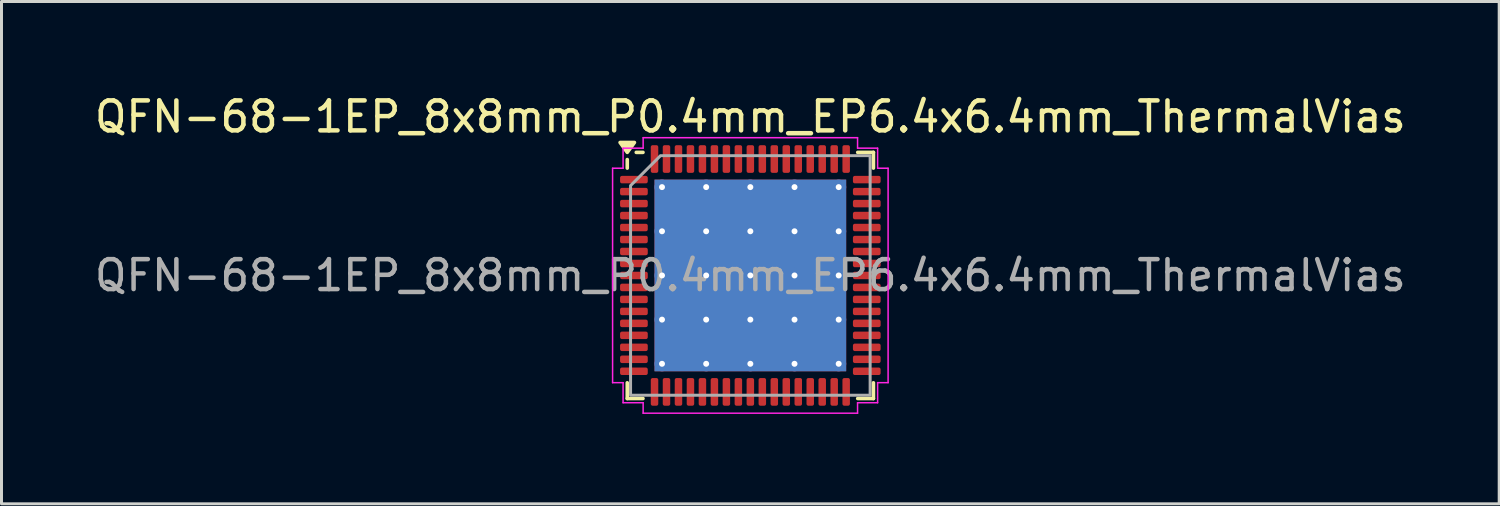
<source format=kicad_pcb>
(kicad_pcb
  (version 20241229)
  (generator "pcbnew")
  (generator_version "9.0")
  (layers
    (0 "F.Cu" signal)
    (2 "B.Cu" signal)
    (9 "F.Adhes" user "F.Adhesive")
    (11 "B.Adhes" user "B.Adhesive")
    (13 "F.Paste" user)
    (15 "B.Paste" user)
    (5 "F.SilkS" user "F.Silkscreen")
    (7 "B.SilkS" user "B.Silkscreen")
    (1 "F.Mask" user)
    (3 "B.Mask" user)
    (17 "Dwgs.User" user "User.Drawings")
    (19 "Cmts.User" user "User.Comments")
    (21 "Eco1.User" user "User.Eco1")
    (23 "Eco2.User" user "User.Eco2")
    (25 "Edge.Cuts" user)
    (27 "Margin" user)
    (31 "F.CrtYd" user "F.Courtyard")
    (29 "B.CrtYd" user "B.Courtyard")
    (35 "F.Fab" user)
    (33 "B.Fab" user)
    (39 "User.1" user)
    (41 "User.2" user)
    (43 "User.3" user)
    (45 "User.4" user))
  (footprint "QFN-68-1EP_8x8mm_P0.4mm_EP6.4x6.4mm_ThermalVias"
    (layer "F.Cu")
    (at 22.006 6.148)
    (property "Reference" "QFN-68-1EP_8x8mm_P0.4mm_EP6.4x6.4mm_ThermalVias" (at 0 -5.3 0) (layer "F.SilkS") (effects (font (size 1 1) (thickness 0.15))))
    (attr smd)
    (fp_line (start -4.11 -3.585) (end -4.11 -3.87) (stroke (width 0.12) (type solid)) (layer "F.SilkS"))
    (fp_line (start -4.11 4.11) (end -4.11 3.585) (stroke (width 0.12) (type solid)) (layer "F.SilkS"))
    (fp_line (start -3.585 -4.11) (end -3.81 -4.11) (stroke (width 0.12) (type solid)) (layer "F.SilkS"))
    (fp_line (start -3.585 4.11) (end -4.11 4.11) (stroke (width 0.12) (type solid)) (layer "F.SilkS"))
    (fp_line (start 3.585 -4.11) (end 4.11 -4.11) (stroke (width 0.12) (type solid)) (layer "F.SilkS"))
    (fp_line (start 3.585 4.11) (end 4.11 4.11) (stroke (width 0.12) (type solid)) (layer "F.SilkS"))
    (fp_line (start 4.11 -4.11) (end 4.11 -3.585) (stroke (width 0.12) (type solid)) (layer "F.SilkS"))
    (fp_line (start 4.11 4.11) (end 4.11 3.585) (stroke (width 0.12) (type solid)) (layer "F.SilkS"))
    (fp_poly (pts (xy -4.11 -4.11) (xy -4.35 -4.44) (xy -3.87 -4.44)) (stroke (width 0.12) (type solid)) (fill yes) (layer "F.SilkS"))
    (fp_line (start -4.6 -3.58) (end -4.25 -3.58) (stroke (width 0.05) (type solid)) (layer "F.CrtYd"))
    (fp_line (start -4.6 3.58) (end -4.6 -3.58) (stroke (width 0.05) (type solid)) (layer "F.CrtYd"))
    (fp_line (start -4.25 -4.25) (end -3.58 -4.25) (stroke (width 0.05) (type solid)) (layer "F.CrtYd"))
    (fp_line (start -4.25 -3.58) (end -4.25 -4.25) (stroke (width 0.05) (type solid)) (layer "F.CrtYd"))
    (fp_line (start -4.25 3.58) (end -4.6 3.58) (stroke (width 0.05) (type solid)) (layer "F.CrtYd"))
    (fp_line (start -4.25 4.25) (end -4.25 3.58) (stroke (width 0.05) (type solid)) (layer "F.CrtYd"))
    (fp_line (start -3.58 -4.6) (end 3.58 -4.6) (stroke (width 0.05) (type solid)) (layer "F.CrtYd"))
    (fp_line (start -3.58 -4.25) (end -3.58 -4.6) (stroke (width 0.05) (type solid)) (layer "F.CrtYd"))
    (fp_line (start -3.58 4.25) (end -4.25 4.25) (stroke (width 0.05) (type solid)) (layer "F.CrtYd"))
    (fp_line (start -3.58 4.6) (end -3.58 4.25) (stroke (width 0.05) (type solid)) (layer "F.CrtYd"))
    (fp_line (start 3.58 -4.6) (end 3.58 -4.25) (stroke (width 0.05) (type solid)) (layer "F.CrtYd"))
    (fp_line (start 3.58 -4.25) (end 4.25 -4.25) (stroke (width 0.05) (type solid)) (layer "F.CrtYd"))
    (fp_line (start 3.58 4.25) (end 3.58 4.6) (stroke (width 0.05) (type solid)) (layer "F.CrtYd"))
    (fp_line (start 3.58 4.6) (end -3.58 4.6) (stroke (width 0.05) (type solid)) (layer "F.CrtYd"))
    (fp_line (start 4.25 -4.25) (end 4.25 -3.58) (stroke (width 0.05) (type solid)) (layer "F.CrtYd"))
    (fp_line (start 4.25 -3.58) (end 4.6 -3.58) (stroke (width 0.05) (type solid)) (layer "F.CrtYd"))
    (fp_line (start 4.25 3.58) (end 4.25 4.25) (stroke (width 0.05) (type solid)) (layer "F.CrtYd"))
    (fp_line (start 4.25 4.25) (end 3.58 4.25) (stroke (width 0.05) (type solid)) (layer "F.CrtYd"))
    (fp_line (start 4.6 -3.58) (end 4.6 3.58) (stroke (width 0.05) (type solid)) (layer "F.CrtYd"))
    (fp_line (start 4.6 3.58) (end 4.25 3.58) (stroke (width 0.05) (type solid)) (layer "F.CrtYd"))
    (fp_poly (pts (xy -4 -3) (xy -4 4) (xy 4 4) (xy 4 -4) (xy -3 -4)) (stroke (width 0.1) (type solid)) (fill no) (layer "F.Fab"))
    (fp_text user "${REFERENCE}" (at 0 0 0) (layer "F.Fab") (effects (font (size 1 1) (thickness 0.15))))
    (pad "" smd roundrect (at -2.4 -2.4) (size 1.24 1.24) (layers "F.Paste") (roundrect_rratio 0.202))
    (pad "" smd roundrect (at -2.4 -0.8) (size 1.24 1.24) (layers "F.Paste") (roundrect_rratio 0.202))
    (pad "" smd roundrect (at -2.4 0.8) (size 1.24 1.24) (layers "F.Paste") (roundrect_rratio 0.202))
    (pad "" smd roundrect (at -2.4 2.4) (size 1.24 1.24) (layers "F.Paste") (roundrect_rratio 0.202))
    (pad "" smd roundrect (at -0.8 -2.4) (size 1.24 1.24) (layers "F.Paste") (roundrect_rratio 0.202))
    (pad "" smd roundrect (at -0.8 -0.8) (size 1.24 1.24) (layers "F.Paste") (roundrect_rratio 0.202))
    (pad "" smd roundrect (at -0.8 0.8) (size 1.24 1.24) (layers "F.Paste") (roundrect_rratio 0.202))
    (pad "" smd roundrect (at -0.8 2.4) (size 1.24 1.24) (layers "F.Paste") (roundrect_rratio 0.202))
    (pad "" smd roundrect (at 0.8 -2.4) (size 1.24 1.24) (layers "F.Paste") (roundrect_rratio 0.202))
    (pad "" smd roundrect (at 0.8 -0.8) (size 1.24 1.24) (layers "F.Paste") (roundrect_rratio 0.202))
    (pad "" smd roundrect (at 0.8 0.8) (size 1.24 1.24) (layers "F.Paste") (roundrect_rratio 0.202))
    (pad "" smd roundrect (at 0.8 2.4) (size 1.24 1.24) (layers "F.Paste") (roundrect_rratio 0.202))
    (pad "" smd roundrect (at 2.4 -2.4) (size 1.24 1.24) (layers "F.Paste") (roundrect_rratio 0.202))
    (pad "" smd roundrect (at 2.4 -0.8) (size 1.24 1.24) (layers "F.Paste") (roundrect_rratio 0.202))
    (pad "" smd roundrect (at 2.4 0.8) (size 1.24 1.24) (layers "F.Paste") (roundrect_rratio 0.202))
    (pad "" smd roundrect (at 2.4 2.4) (size 1.24 1.24) (layers "F.Paste") (roundrect_rratio 0.202))
    (pad "1" smd roundrect (at -3.888 -3.2) (size 0.925 0.25) (layers "F.Cu" "F.Mask" "F.Paste") (roundrect_rratio 0.25))
    (pad "2" smd roundrect (at -3.888 -2.8) (size 0.925 0.25) (layers "F.Cu" "F.Mask" "F.Paste") (roundrect_rratio 0.25))
    (pad "3" smd roundrect (at -3.888 -2.4) (size 0.925 0.25) (layers "F.Cu" "F.Mask" "F.Paste") (roundrect_rratio 0.25))
    (pad "4" smd roundrect (at -3.888 -2) (size 0.925 0.25) (layers "F.Cu" "F.Mask" "F.Paste") (roundrect_rratio 0.25))
    (pad "5" smd roundrect (at -3.888 -1.6) (size 0.925 0.25) (layers "F.Cu" "F.Mask" "F.Paste") (roundrect_rratio 0.25))
    (pad "6" smd roundrect (at -3.888 -1.2) (size 0.925 0.25) (layers "F.Cu" "F.Mask" "F.Paste") (roundrect_rratio 0.25))
    (pad "7" smd roundrect (at -3.888 -0.8) (size 0.925 0.25) (layers "F.Cu" "F.Mask" "F.Paste") (roundrect_rratio 0.25))
    (pad "8" smd roundrect (at -3.888 -0.4) (size 0.925 0.25) (layers "F.Cu" "F.Mask" "F.Paste") (roundrect_rratio 0.25))
    (pad "9" smd roundrect (at -3.888 0) (size 0.925 0.25) (layers "F.Cu" "F.Mask" "F.Paste") (roundrect_rratio 0.25))
    (pad "10" smd roundrect (at -3.888 0.4) (size 0.925 0.25) (layers "F.Cu" "F.Mask" "F.Paste") (roundrect_rratio 0.25))
    (pad "11" smd roundrect (at -3.888 0.8) (size 0.925 0.25) (layers "F.Cu" "F.Mask" "F.Paste") (roundrect_rratio 0.25))
    (pad "12" smd roundrect (at -3.888 1.2) (size 0.925 0.25) (layers "F.Cu" "F.Mask" "F.Paste") (roundrect_rratio 0.25))
    (pad "13" smd roundrect (at -3.888 1.6) (size 0.925 0.25) (layers "F.Cu" "F.Mask" "F.Paste") (roundrect_rratio 0.25))
    (pad "14" smd roundrect (at -3.888 2) (size 0.925 0.25) (layers "F.Cu" "F.Mask" "F.Paste") (roundrect_rratio 0.25))
    (pad "15" smd roundrect (at -3.888 2.4) (size 0.925 0.25) (layers "F.Cu" "F.Mask" "F.Paste") (roundrect_rratio 0.25))
    (pad "16" smd roundrect (at -3.888 2.8) (size 0.925 0.25) (layers "F.Cu" "F.Mask" "F.Paste") (roundrect_rratio 0.25))
    (pad "17" smd roundrect (at -3.888 3.2) (size 0.925 0.25) (layers "F.Cu" "F.Mask" "F.Paste") (roundrect_rratio 0.25))
    (pad "18" smd roundrect (at -3.2 3.888) (size 0.25 0.925) (layers "F.Cu" "F.Mask" "F.Paste") (roundrect_rratio 0.25))
    (pad "19" smd roundrect (at -2.8 3.888) (size 0.25 0.925) (layers "F.Cu" "F.Mask" "F.Paste") (roundrect_rratio 0.25))
    (pad "20" smd roundrect (at -2.4 3.888) (size 0.25 0.925) (layers "F.Cu" "F.Mask" "F.Paste") (roundrect_rratio 0.25))
    (pad "21" smd roundrect (at -2 3.888) (size 0.25 0.925) (layers "F.Cu" "F.Mask" "F.Paste") (roundrect_rratio 0.25))
    (pad "22" smd roundrect (at -1.6 3.888) (size 0.25 0.925) (layers "F.Cu" "F.Mask" "F.Paste") (roundrect_rratio 0.25))
    (pad "23" smd roundrect (at -1.2 3.888) (size 0.25 0.925) (layers "F.Cu" "F.Mask" "F.Paste") (roundrect_rratio 0.25))
    (pad "24" smd roundrect (at -0.8 3.888) (size 0.25 0.925) (layers "F.Cu" "F.Mask" "F.Paste") (roundrect_rratio 0.25))
    (pad "25" smd roundrect (at -0.4 3.888) (size 0.25 0.925) (layers "F.Cu" "F.Mask" "F.Paste") (roundrect_rratio 0.25))
    (pad "26" smd roundrect (at 0 3.888) (size 0.25 0.925) (layers "F.Cu" "F.Mask" "F.Paste") (roundrect_rratio 0.25))
    (pad "27" smd roundrect (at 0.4 3.888) (size 0.25 0.925) (layers "F.Cu" "F.Mask" "F.Paste") (roundrect_rratio 0.25))
    (pad "28" smd roundrect (at 0.8 3.888) (size 0.25 0.925) (layers "F.Cu" "F.Mask" "F.Paste") (roundrect_rratio 0.25))
    (pad "29" smd roundrect (at 1.2 3.888) (size 0.25 0.925) (layers "F.Cu" "F.Mask" "F.Paste") (roundrect_rratio 0.25))
    (pad "30" smd roundrect (at 1.6 3.888) (size 0.25 0.925) (layers "F.Cu" "F.Mask" "F.Paste") (roundrect_rratio 0.25))
    (pad "31" smd roundrect (at 2 3.888) (size 0.25 0.925) (layers "F.Cu" "F.Mask" "F.Paste") (roundrect_rratio 0.25))
    (pad "32" smd roundrect (at 2.4 3.888) (size 0.25 0.925) (layers "F.Cu" "F.Mask" "F.Paste") (roundrect_rratio 0.25))
    (pad "33" smd roundrect (at 2.8 3.888) (size 0.25 0.925) (layers "F.Cu" "F.Mask" "F.Paste") (roundrect_rratio 0.25))
    (pad "34" smd roundrect (at 3.2 3.888) (size 0.25 0.925) (layers "F.Cu" "F.Mask" "F.Paste") (roundrect_rratio 0.25))
    (pad "35" smd roundrect (at 3.888 3.2) (size 0.925 0.25) (layers "F.Cu" "F.Mask" "F.Paste") (roundrect_rratio 0.25))
    (pad "36" smd roundrect (at 3.888 2.8) (size 0.925 0.25) (layers "F.Cu" "F.Mask" "F.Paste") (roundrect_rratio 0.25))
    (pad "37" smd roundrect (at 3.888 2.4) (size 0.925 0.25) (layers "F.Cu" "F.Mask" "F.Paste") (roundrect_rratio 0.25))
    (pad "38" smd roundrect (at 3.888 2) (size 0.925 0.25) (layers "F.Cu" "F.Mask" "F.Paste") (roundrect_rratio 0.25))
    (pad "39" smd roundrect (at 3.888 1.6) (size 0.925 0.25) (layers "F.Cu" "F.Mask" "F.Paste") (roundrect_rratio 0.25))
    (pad "40" smd roundrect (at 3.888 1.2) (size 0.925 0.25) (layers "F.Cu" "F.Mask" "F.Paste") (roundrect_rratio 0.25))
    (pad "41" smd roundrect (at 3.888 0.8) (size 0.925 0.25) (layers "F.Cu" "F.Mask" "F.Paste") (roundrect_rratio 0.25))
    (pad "42" smd roundrect (at 3.888 0.4) (size 0.925 0.25) (layers "F.Cu" "F.Mask" "F.Paste") (roundrect_rratio 0.25))
    (pad "43" smd roundrect (at 3.888 0) (size 0.925 0.25) (layers "F.Cu" "F.Mask" "F.Paste") (roundrect_rratio 0.25))
    (pad "44" smd roundrect (at 3.888 -0.4) (size 0.925 0.25) (layers "F.Cu" "F.Mask" "F.Paste") (roundrect_rratio 0.25))
    (pad "45" smd roundrect (at 3.888 -0.8) (size 0.925 0.25) (layers "F.Cu" "F.Mask" "F.Paste") (roundrect_rratio 0.25))
    (pad "46" smd roundrect (at 3.888 -1.2) (size 0.925 0.25) (layers "F.Cu" "F.Mask" "F.Paste") (roundrect_rratio 0.25))
    (pad "47" smd roundrect (at 3.888 -1.6) (size 0.925 0.25) (layers "F.Cu" "F.Mask" "F.Paste") (roundrect_rratio 0.25))
    (pad "48" smd roundrect (at 3.888 -2) (size 0.925 0.25) (layers "F.Cu" "F.Mask" "F.Paste") (roundrect_rratio 0.25))
    (pad "49" smd roundrect (at 3.888 -2.4) (size 0.925 0.25) (layers "F.Cu" "F.Mask" "F.Paste") (roundrect_rratio 0.25))
    (pad "50" smd roundrect (at 3.888 -2.8) (size 0.925 0.25) (layers "F.Cu" "F.Mask" "F.Paste") (roundrect_rratio 0.25))
    (pad "51" smd roundrect (at 3.888 -3.2) (size 0.925 0.25) (layers "F.Cu" "F.Mask" "F.Paste") (roundrect_rratio 0.25))
    (pad "52" smd roundrect (at 3.2 -3.888) (size 0.25 0.925) (layers "F.Cu" "F.Mask" "F.Paste") (roundrect_rratio 0.25))
    (pad "53" smd roundrect (at 2.8 -3.888) (size 0.25 0.925) (layers "F.Cu" "F.Mask" "F.Paste") (roundrect_rratio 0.25))
    (pad "54" smd roundrect (at 2.4 -3.888) (size 0.25 0.925) (layers "F.Cu" "F.Mask" "F.Paste") (roundrect_rratio 0.25))
    (pad "55" smd roundrect (at 2 -3.888) (size 0.25 0.925) (layers "F.Cu" "F.Mask" "F.Paste") (roundrect_rratio 0.25))
    (pad "56" smd roundrect (at 1.6 -3.888) (size 0.25 0.925) (layers "F.Cu" "F.Mask" "F.Paste") (roundrect_rratio 0.25))
    (pad "57" smd roundrect (at 1.2 -3.888) (size 0.25 0.925) (layers "F.Cu" "F.Mask" "F.Paste") (roundrect_rratio 0.25))
    (pad "58" smd roundrect (at 0.8 -3.888) (size 0.25 0.925) (layers "F.Cu" "F.Mask" "F.Paste") (roundrect_rratio 0.25))
    (pad "59" smd roundrect (at 0.4 -3.888) (size 0.25 0.925) (layers "F.Cu" "F.Mask" "F.Paste") (roundrect_rratio 0.25))
    (pad "60" smd roundrect (at 0 -3.888) (size 0.25 0.925) (layers "F.Cu" "F.Mask" "F.Paste") (roundrect_rratio 0.25))
    (pad "61" smd roundrect (at -0.4 -3.888) (size 0.25 0.925) (layers "F.Cu" "F.Mask" "F.Paste") (roundrect_rratio 0.25))
    (pad "62" smd roundrect (at -0.8 -3.888) (size 0.25 0.925) (layers "F.Cu" "F.Mask" "F.Paste") (roundrect_rratio 0.25))
    (pad "63" smd roundrect (at -1.2 -3.888) (size 0.25 0.925) (layers "F.Cu" "F.Mask" "F.Paste") (roundrect_rratio 0.25))
    (pad "64" smd roundrect (at -1.6 -3.888) (size 0.25 0.925) (layers "F.Cu" "F.Mask" "F.Paste") (roundrect_rratio 0.25))
    (pad "65" smd roundrect (at -2 -3.888) (size 0.25 0.925) (layers "F.Cu" "F.Mask" "F.Paste") (roundrect_rratio 0.25))
    (pad "66" smd roundrect (at -2.4 -3.888) (size 0.25 0.925) (layers "F.Cu" "F.Mask" "F.Paste") (roundrect_rratio 0.25))
    (pad "67" smd roundrect (at -2.8 -3.888) (size 0.25 0.925) (layers "F.Cu" "F.Mask" "F.Paste") (roundrect_rratio 0.25))
    (pad "68" smd roundrect (at -3.2 -3.888) (size 0.25 0.925) (layers "F.Cu" "F.Mask" "F.Paste") (roundrect_rratio 0.25))
    (pad "69" thru_hole circle (at -2.95 -2.95) (size 0.5 0.5) (drill 0.2) (property pad_prop_heatsink) (layers "*.Cu"))
    (pad "69" thru_hole circle (at -2.95 -1.475) (size 0.5 0.5) (drill 0.2) (property pad_prop_heatsink) (layers "*.Cu"))
    (pad "69" thru_hole circle (at -2.95 0) (size 0.5 0.5) (drill 0.2) (property pad_prop_heatsink) (layers "*.Cu"))
    (pad "69" thru_hole circle (at -2.95 1.475) (size 0.5 0.5) (drill 0.2) (property pad_prop_heatsink) (layers "*.Cu"))
    (pad "69" thru_hole circle (at -2.95 2.95) (size 0.5 0.5) (drill 0.2) (property pad_prop_heatsink) (layers "*.Cu"))
    (pad "69" thru_hole circle (at -1.475 -2.95) (size 0.5 0.5) (drill 0.2) (property pad_prop_heatsink) (layers "*.Cu"))
    (pad "69" thru_hole circle (at -1.475 -1.475) (size 0.5 0.5) (drill 0.2) (property pad_prop_heatsink) (layers "*.Cu"))
    (pad "69" thru_hole circle (at -1.475 0) (size 0.5 0.5) (drill 0.2) (property pad_prop_heatsink) (layers "*.Cu"))
    (pad "69" thru_hole circle (at -1.475 1.475) (size 0.5 0.5) (drill 0.2) (property pad_prop_heatsink) (layers "*.Cu"))
    (pad "69" thru_hole circle (at -1.475 2.95) (size 0.5 0.5) (drill 0.2) (property pad_prop_heatsink) (layers "*.Cu"))
    (pad "69" thru_hole circle (at 0 -2.95) (size 0.5 0.5) (drill 0.2) (property pad_prop_heatsink) (layers "*.Cu"))
    (pad "69" thru_hole circle (at 0 -1.475) (size 0.5 0.5) (drill 0.2) (property pad_prop_heatsink) (layers "*.Cu"))
    (pad "69" thru_hole circle (at 0 0) (size 0.5 0.5) (drill 0.2) (property pad_prop_heatsink) (layers "*.Cu"))
    (pad "69" smd rect (at 0 0) (size 6.4 6.4) (property pad_prop_heatsink) (layers "F.Cu" "F.Mask"))
    (pad "69" smd rect (at 0 0) (size 6.4 6.4) (property pad_prop_heatsink) (layers "B.Cu"))
    (pad "69" thru_hole circle (at 0 1.475) (size 0.5 0.5) (drill 0.2) (property pad_prop_heatsink) (layers "*.Cu"))
    (pad "69" thru_hole circle (at 0 2.95) (size 0.5 0.5) (drill 0.2) (property pad_prop_heatsink) (layers "*.Cu"))
    (pad "69" thru_hole circle (at 1.475 -2.95) (size 0.5 0.5) (drill 0.2) (property pad_prop_heatsink) (layers "*.Cu"))
    (pad "69" thru_hole circle (at 1.475 -1.475) (size 0.5 0.5) (drill 0.2) (property pad_prop_heatsink) (layers "*.Cu"))
    (pad "69" thru_hole circle (at 1.475 0) (size 0.5 0.5) (drill 0.2) (property pad_prop_heatsink) (layers "*.Cu"))
    (pad "69" thru_hole circle (at 1.475 1.475) (size 0.5 0.5) (drill 0.2) (property pad_prop_heatsink) (layers "*.Cu"))
    (pad "69" thru_hole circle (at 1.475 2.95) (size 0.5 0.5) (drill 0.2) (property pad_prop_heatsink) (layers "*.Cu"))
    (pad "69" thru_hole circle (at 2.95 -2.95) (size 0.5 0.5) (drill 0.2) (property pad_prop_heatsink) (layers "*.Cu"))
    (pad "69" thru_hole circle (at 2.95 -1.475) (size 0.5 0.5) (drill 0.2) (property pad_prop_heatsink) (layers "*.Cu"))
    (pad "69" thru_hole circle (at 2.95 0) (size 0.5 0.5) (drill 0.2) (property pad_prop_heatsink) (layers "*.Cu"))
    (pad "69" thru_hole circle (at 2.95 1.475) (size 0.5 0.5) (drill 0.2) (property pad_prop_heatsink) (layers "*.Cu"))
    (pad "69" thru_hole circle (at 2.95 2.95) (size 0.5 0.5) (drill 0.2) (property pad_prop_heatsink) (layers "*.Cu")))
  (gr_rect
    (start -3 -3)
    (end 47.012 13.773)
    (stroke (width 0.1) (type default))
    (fill no)
    (layer "Edge.Cuts")))
</source>
